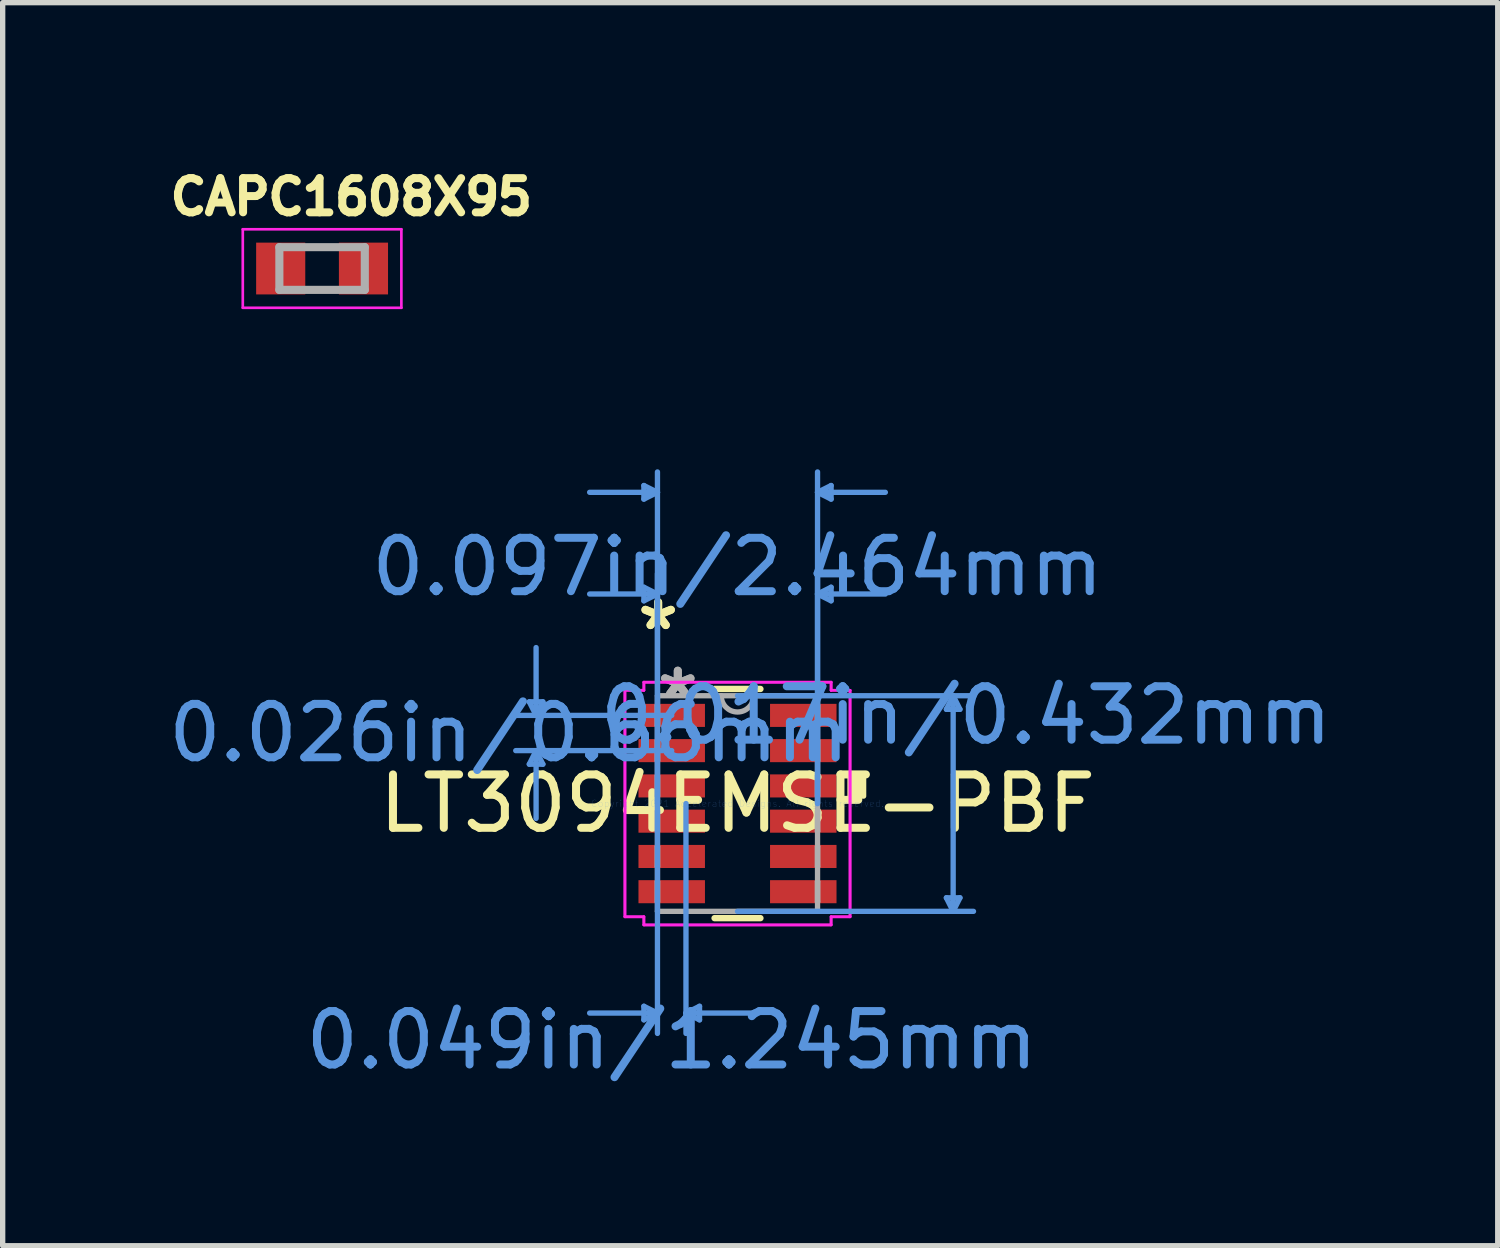
<source format=kicad_pcb>
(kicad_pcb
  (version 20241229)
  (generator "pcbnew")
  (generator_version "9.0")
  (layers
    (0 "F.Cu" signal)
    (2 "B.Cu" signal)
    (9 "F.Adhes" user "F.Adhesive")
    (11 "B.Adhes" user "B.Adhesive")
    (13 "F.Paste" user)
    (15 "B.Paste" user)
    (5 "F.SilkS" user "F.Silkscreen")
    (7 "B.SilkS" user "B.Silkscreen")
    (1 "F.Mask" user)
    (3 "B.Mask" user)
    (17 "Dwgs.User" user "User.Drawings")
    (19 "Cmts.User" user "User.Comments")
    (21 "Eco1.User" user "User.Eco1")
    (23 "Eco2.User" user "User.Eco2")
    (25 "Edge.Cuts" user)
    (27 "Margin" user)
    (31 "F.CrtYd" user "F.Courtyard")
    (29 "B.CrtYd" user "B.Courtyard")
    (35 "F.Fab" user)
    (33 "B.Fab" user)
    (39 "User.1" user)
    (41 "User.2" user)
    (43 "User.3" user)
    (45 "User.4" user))
  (footprint "CAPC1608X95"
    (layer "F.Cu")
    (at 2.982 1.979)
    (property "Reference" "CAPC1608X95" (at 0.547 -1.341 0) (layer "F.SilkS") (effects (font (size 0.64 0.64) (thickness 0.15))))
    (attr smd)
    (fp_line (start -1.485 -0.735) (end -1.485 0.735) (stroke (width 0.05) (type solid)) (layer "F.CrtYd"))
    (fp_line (start -1.485 0.735) (end 1.485 0.735) (stroke (width 0.05) (type solid)) (layer "F.CrtYd"))
    (fp_line (start 1.485 -0.735) (end -1.485 -0.735) (stroke (width 0.05) (type solid)) (layer "F.CrtYd"))
    (fp_line (start 1.485 0.735) (end 1.485 -0.735) (stroke (width 0.05) (type solid)) (layer "F.CrtYd"))
    (fp_line (start -0.8 -0.4) (end 0.8 -0.4) (stroke (width 0.152) (type solid)) (layer "F.Fab"))
    (fp_line (start -0.8 0.4) (end -0.8 -0.4) (stroke (width 0.152) (type solid)) (layer "F.Fab"))
    (fp_line (start 0.8 -0.4) (end 0.8 0.4) (stroke (width 0.152) (type solid)) (layer "F.Fab"))
    (fp_line (start 0.8 0.4) (end -0.8 0.4) (stroke (width 0.152) (type solid)) (layer "F.Fab"))
    (pad "1" smd rect (at -0.775 0) (size 0.92 0.97) (layers "F.Cu" "F.Mask" "F.Paste"))
    (pad "2" smd rect (at 0.775 0) (size 0.92 0.97) (layers "F.Cu" "F.Mask" "F.Paste")))
  (footprint "LT3094EMSE-PBF"
    (layer "F.Cu")
    (at 10.762 11.999)
    (property "Reference" "LT3094EMSE-PBF" (at 0 0 0) (layer "F.SilkS") (effects (font (size 1 1) (thickness 0.15))))
    (attr through_hole)
    (fp_line (start -0.429 2.146) (end 0.429 2.146) (stroke (width 0.12) (type solid)) (layer "F.SilkS"))
    (fp_line (start 0.429 -2.146) (end -0.429 -2.146) (stroke (width 0.12) (type solid)) (layer "F.SilkS"))
    (fp_poly (pts (xy 2.362 -0.521) (xy 2.362 -0.14) (xy 2.108 -0.14) (xy 2.108 -0.521)) (stroke (width 0.1) (type solid)) (fill yes) (layer "F.SilkS"))
    (fp_line (start -3.899 -1.905) (end -3.645 -1.905) (stroke (width 0.1) (type solid)) (layer "Cmts.User"))
    (fp_line (start -3.899 -0.737) (end -3.645 -0.737) (stroke (width 0.1) (type solid)) (layer "Cmts.User"))
    (fp_line (start -3.772 -1.651) (end -3.899 -1.905) (stroke (width 0.1) (type solid)) (layer "Cmts.User"))
    (fp_line (start -3.772 -1.651) (end -3.772 -2.921) (stroke (width 0.1) (type solid)) (layer "Cmts.User"))
    (fp_line (start -3.772 -1.651) (end -3.645 -1.905) (stroke (width 0.1) (type solid)) (layer "Cmts.User"))
    (fp_line (start -3.772 -0.991) (end -3.899 -0.737) (stroke (width 0.1) (type solid)) (layer "Cmts.User"))
    (fp_line (start -3.772 -0.991) (end -3.772 0.279) (stroke (width 0.1) (type solid)) (layer "Cmts.User"))
    (fp_line (start -3.772 -0.991) (end -3.645 -0.737) (stroke (width 0.1) (type solid)) (layer "Cmts.User"))
    (fp_line (start -1.753 -5.956) (end -1.753 -5.702) (stroke (width 0.1) (type solid)) (layer "Cmts.User"))
    (fp_line (start -1.753 -4.051) (end -1.753 -3.797) (stroke (width 0.1) (type solid)) (layer "Cmts.User"))
    (fp_line (start -1.753 3.797) (end -1.753 4.051) (stroke (width 0.1) (type solid)) (layer "Cmts.User"))
    (fp_line (start -1.499 -5.829) (end -2.769 -5.829) (stroke (width 0.1) (type solid)) (layer "Cmts.User"))
    (fp_line (start -1.499 -5.829) (end -1.753 -5.956) (stroke (width 0.1) (type solid)) (layer "Cmts.User"))
    (fp_line (start -1.499 -5.829) (end -1.753 -5.702) (stroke (width 0.1) (type solid)) (layer "Cmts.User"))
    (fp_line (start -1.499 -3.924) (end -2.769 -3.924) (stroke (width 0.1) (type solid)) (layer "Cmts.User"))
    (fp_line (start -1.499 -3.924) (end -1.753 -4.051) (stroke (width 0.1) (type solid)) (layer "Cmts.User"))
    (fp_line (start -1.499 -3.924) (end -1.753 -3.797) (stroke (width 0.1) (type solid)) (layer "Cmts.User"))
    (fp_line (start -1.499 0) (end -1.499 -6.21) (stroke (width 0.1) (type solid)) (layer "Cmts.User"))
    (fp_line (start -1.499 0) (end -1.499 -4.305) (stroke (width 0.1) (type solid)) (layer "Cmts.User"))
    (fp_line (start -1.499 0) (end -1.499 4.305) (stroke (width 0.1) (type solid)) (layer "Cmts.User"))
    (fp_line (start -1.499 3.924) (end -2.769 3.924) (stroke (width 0.1) (type solid)) (layer "Cmts.User"))
    (fp_line (start -1.499 3.924) (end -1.753 3.797) (stroke (width 0.1) (type solid)) (layer "Cmts.User"))
    (fp_line (start -1.499 3.924) (end -1.753 4.051) (stroke (width 0.1) (type solid)) (layer "Cmts.User"))
    (fp_line (start -1.232 -1.651) (end -4.153 -1.651) (stroke (width 0.1) (type solid)) (layer "Cmts.User"))
    (fp_line (start -1.232 -0.991) (end -4.153 -0.991) (stroke (width 0.1) (type solid)) (layer "Cmts.User"))
    (fp_line (start -0.965 0) (end -0.965 4.305) (stroke (width 0.1) (type solid)) (layer "Cmts.User"))
    (fp_line (start -0.965 3.924) (end -0.711 3.797) (stroke (width 0.1) (type solid)) (layer "Cmts.User"))
    (fp_line (start -0.965 3.924) (end -0.711 4.051) (stroke (width 0.1) (type solid)) (layer "Cmts.User"))
    (fp_line (start -0.965 3.924) (end 0.305 3.924) (stroke (width 0.1) (type solid)) (layer "Cmts.User"))
    (fp_line (start -0.711 3.797) (end -0.711 4.051) (stroke (width 0.1) (type solid)) (layer "Cmts.User"))
    (fp_line (start 0 -2.019) (end 4.42 -2.019) (stroke (width 0.1) (type solid)) (layer "Cmts.User"))
    (fp_line (start 0 2.019) (end 4.42 2.019) (stroke (width 0.1) (type solid)) (layer "Cmts.User"))
    (fp_line (start 1.499 -5.829) (end 1.753 -5.956) (stroke (width 0.1) (type solid)) (layer "Cmts.User"))
    (fp_line (start 1.499 -5.829) (end 1.753 -5.702) (stroke (width 0.1) (type solid)) (layer "Cmts.User"))
    (fp_line (start 1.499 -5.829) (end 2.769 -5.829) (stroke (width 0.1) (type solid)) (layer "Cmts.User"))
    (fp_line (start 1.499 -3.924) (end 1.753 -4.051) (stroke (width 0.1) (type solid)) (layer "Cmts.User"))
    (fp_line (start 1.499 -3.924) (end 1.753 -3.797) (stroke (width 0.1) (type solid)) (layer "Cmts.User"))
    (fp_line (start 1.499 -3.924) (end 2.769 -3.924) (stroke (width 0.1) (type solid)) (layer "Cmts.User"))
    (fp_line (start 1.499 0) (end 1.499 -6.21) (stroke (width 0.1) (type solid)) (layer "Cmts.User"))
    (fp_line (start 1.499 0) (end 1.499 -4.305) (stroke (width 0.1) (type solid)) (layer "Cmts.User"))
    (fp_line (start 1.753 -5.956) (end 1.753 -5.702) (stroke (width 0.1) (type solid)) (layer "Cmts.User"))
    (fp_line (start 1.753 -4.051) (end 1.753 -3.797) (stroke (width 0.1) (type solid)) (layer "Cmts.User"))
    (fp_line (start 3.912 -1.765) (end 4.166 -1.765) (stroke (width 0.1) (type solid)) (layer "Cmts.User"))
    (fp_line (start 3.912 1.765) (end 4.166 1.765) (stroke (width 0.1) (type solid)) (layer "Cmts.User"))
    (fp_line (start 4.039 -2.019) (end 3.912 -1.765) (stroke (width 0.1) (type solid)) (layer "Cmts.User"))
    (fp_line (start 4.039 -2.019) (end 4.039 2.019) (stroke (width 0.1) (type solid)) (layer "Cmts.User"))
    (fp_line (start 4.039 -2.019) (end 4.166 -1.765) (stroke (width 0.1) (type solid)) (layer "Cmts.User"))
    (fp_line (start 4.039 2.019) (end 3.912 1.765) (stroke (width 0.1) (type solid)) (layer "Cmts.User"))
    (fp_line (start 4.039 2.019) (end 4.166 1.765) (stroke (width 0.1) (type solid)) (layer "Cmts.User"))
    (fp_line (start -2.108 -2.121) (end -1.753 -2.121) (stroke (width 0.05) (type solid)) (layer "F.CrtYd"))
    (fp_line (start -2.108 -2.121) (end -1.753 -2.121) (stroke (width 0.05) (type solid)) (layer "F.CrtYd"))
    (fp_line (start -2.108 2.121) (end -2.108 -2.121) (stroke (width 0.05) (type solid)) (layer "F.CrtYd"))
    (fp_line (start -2.108 2.121) (end -2.108 -2.121) (stroke (width 0.05) (type solid)) (layer "F.CrtYd"))
    (fp_line (start -2.108 2.121) (end -1.753 2.121) (stroke (width 0.05) (type solid)) (layer "F.CrtYd"))
    (fp_line (start -1.753 -2.273) (end 1.753 -2.273) (stroke (width 0.05) (type solid)) (layer "F.CrtYd"))
    (fp_line (start -1.753 -2.273) (end 1.753 -2.273) (stroke (width 0.05) (type solid)) (layer "F.CrtYd"))
    (fp_line (start -1.753 -2.121) (end -1.753 -2.273) (stroke (width 0.05) (type solid)) (layer "F.CrtYd"))
    (fp_line (start -1.753 -2.121) (end -1.753 -2.273) (stroke (width 0.05) (type solid)) (layer "F.CrtYd"))
    (fp_line (start -1.753 2.121) (end -2.108 2.121) (stroke (width 0.05) (type solid)) (layer "F.CrtYd"))
    (fp_line (start -1.753 2.273) (end -1.753 2.121) (stroke (width 0.05) (type solid)) (layer "F.CrtYd"))
    (fp_line (start -1.753 2.273) (end -1.753 2.121) (stroke (width 0.05) (type solid)) (layer "F.CrtYd"))
    (fp_line (start 1.753 -2.273) (end 1.753 -2.121) (stroke (width 0.05) (type solid)) (layer "F.CrtYd"))
    (fp_line (start 1.753 -2.273) (end 1.753 -2.121) (stroke (width 0.05) (type solid)) (layer "F.CrtYd"))
    (fp_line (start 1.753 -2.121) (end 2.108 -2.121) (stroke (width 0.05) (type solid)) (layer "F.CrtYd"))
    (fp_line (start 1.753 2.121) (end 1.753 2.273) (stroke (width 0.05) (type solid)) (layer "F.CrtYd"))
    (fp_line (start 1.753 2.121) (end 1.753 2.273) (stroke (width 0.05) (type solid)) (layer "F.CrtYd"))
    (fp_line (start 1.753 2.273) (end -1.753 2.273) (stroke (width 0.05) (type solid)) (layer "F.CrtYd"))
    (fp_line (start 1.753 2.273) (end -1.753 2.273) (stroke (width 0.05) (type solid)) (layer "F.CrtYd"))
    (fp_line (start 2.108 -2.121) (end 1.753 -2.121) (stroke (width 0.05) (type solid)) (layer "F.CrtYd"))
    (fp_line (start 2.108 -2.121) (end 2.108 2.121) (stroke (width 0.05) (type solid)) (layer "F.CrtYd"))
    (fp_line (start 2.108 -2.121) (end 2.108 2.121) (stroke (width 0.05) (type solid)) (layer "F.CrtYd"))
    (fp_line (start 2.108 2.121) (end 1.753 2.121) (stroke (width 0.05) (type solid)) (layer "F.CrtYd"))
    (fp_line (start 2.108 2.121) (end 1.753 2.121) (stroke (width 0.05) (type solid)) (layer "F.CrtYd"))
    (fp_line (start -1.499 -2.019) (end -1.499 2.019) (stroke (width 0.1) (type solid)) (layer "F.Fab"))
    (fp_line (start -1.499 -1.841) (end -1.499 -1.841) (stroke (width 0.1) (type solid)) (layer "F.Fab"))
    (fp_line (start -1.499 -1.841) (end -1.499 -1.46) (stroke (width 0.1) (type solid)) (layer "F.Fab"))
    (fp_line (start -1.499 -1.46) (end -1.499 -1.841) (stroke (width 0.1) (type solid)) (layer "F.Fab"))
    (fp_line (start -1.499 -1.46) (end -1.499 -1.46) (stroke (width 0.1) (type solid)) (layer "F.Fab"))
    (fp_line (start -1.499 -1.181) (end -1.499 -1.181) (stroke (width 0.1) (type solid)) (layer "F.Fab"))
    (fp_line (start -1.499 -1.181) (end -1.499 -0.8) (stroke (width 0.1) (type solid)) (layer "F.Fab"))
    (fp_line (start -1.499 -0.8) (end -1.499 -1.181) (stroke (width 0.1) (type solid)) (layer "F.Fab"))
    (fp_line (start -1.499 -0.8) (end -1.499 -0.8) (stroke (width 0.1) (type solid)) (layer "F.Fab"))
    (fp_line (start -1.499 -0.521) (end -1.499 -0.521) (stroke (width 0.1) (type solid)) (layer "F.Fab"))
    (fp_line (start -1.499 -0.521) (end -1.499 -0.14) (stroke (width 0.1) (type solid)) (layer "F.Fab"))
    (fp_line (start -1.499 -0.14) (end -1.499 -0.521) (stroke (width 0.1) (type solid)) (layer "F.Fab"))
    (fp_line (start -1.499 -0.14) (end -1.499 -0.14) (stroke (width 0.1) (type solid)) (layer "F.Fab"))
    (fp_line (start -1.499 0.14) (end -1.499 0.14) (stroke (width 0.1) (type solid)) (layer "F.Fab"))
    (fp_line (start -1.499 0.14) (end -1.499 0.521) (stroke (width 0.1) (type solid)) (layer "F.Fab"))
    (fp_line (start -1.499 0.521) (end -1.499 0.14) (stroke (width 0.1) (type solid)) (layer "F.Fab"))
    (fp_line (start -1.499 0.521) (end -1.499 0.521) (stroke (width 0.1) (type solid)) (layer "F.Fab"))
    (fp_line (start -1.499 0.8) (end -1.499 0.8) (stroke (width 0.1) (type solid)) (layer "F.Fab"))
    (fp_line (start -1.499 0.8) (end -1.499 1.181) (stroke (width 0.1) (type solid)) (layer "F.Fab"))
    (fp_line (start -1.499 1.181) (end -1.499 0.8) (stroke (width 0.1) (type solid)) (layer "F.Fab"))
    (fp_line (start -1.499 1.181) (end -1.499 1.181) (stroke (width 0.1) (type solid)) (layer "F.Fab"))
    (fp_line (start -1.499 1.46) (end -1.499 1.46) (stroke (width 0.1) (type solid)) (layer "F.Fab"))
    (fp_line (start -1.499 1.46) (end -1.499 1.841) (stroke (width 0.1) (type solid)) (layer "F.Fab"))
    (fp_line (start -1.499 1.841) (end -1.499 1.46) (stroke (width 0.1) (type solid)) (layer "F.Fab"))
    (fp_line (start -1.499 1.841) (end -1.499 1.841) (stroke (width 0.1) (type solid)) (layer "F.Fab"))
    (fp_line (start -1.499 2.019) (end 1.499 2.019) (stroke (width 0.1) (type solid)) (layer "F.Fab"))
    (fp_line (start 1.499 -2.019) (end -1.499 -2.019) (stroke (width 0.1) (type solid)) (layer "F.Fab"))
    (fp_line (start 1.499 -1.841) (end 1.499 -1.841) (stroke (width 0.1) (type solid)) (layer "F.Fab"))
    (fp_line (start 1.499 -1.841) (end 1.499 -1.46) (stroke (width 0.1) (type solid)) (layer "F.Fab"))
    (fp_line (start 1.499 -1.46) (end 1.499 -1.841) (stroke (width 0.1) (type solid)) (layer "F.Fab"))
    (fp_line (start 1.499 -1.46) (end 1.499 -1.46) (stroke (width 0.1) (type solid)) (layer "F.Fab"))
    (fp_line (start 1.499 -1.181) (end 1.499 -1.181) (stroke (width 0.1) (type solid)) (layer "F.Fab"))
    (fp_line (start 1.499 -1.181) (end 1.499 -0.8) (stroke (width 0.1) (type solid)) (layer "F.Fab"))
    (fp_line (start 1.499 -0.8) (end 1.499 -1.181) (stroke (width 0.1) (type solid)) (layer "F.Fab"))
    (fp_line (start 1.499 -0.8) (end 1.499 -0.8) (stroke (width 0.1) (type solid)) (layer "F.Fab"))
    (fp_line (start 1.499 -0.521) (end 1.499 -0.521) (stroke (width 0.1) (type solid)) (layer "F.Fab"))
    (fp_line (start 1.499 -0.521) (end 1.499 -0.14) (stroke (width 0.1) (type solid)) (layer "F.Fab"))
    (fp_line (start 1.499 -0.14) (end 1.499 -0.521) (stroke (width 0.1) (type solid)) (layer "F.Fab"))
    (fp_line (start 1.499 -0.14) (end 1.499 -0.14) (stroke (width 0.1) (type solid)) (layer "F.Fab"))
    (fp_line (start 1.499 0.14) (end 1.499 0.14) (stroke (width 0.1) (type solid)) (layer "F.Fab"))
    (fp_line (start 1.499 0.14) (end 1.499 0.521) (stroke (width 0.1) (type solid)) (layer "F.Fab"))
    (fp_line (start 1.499 0.521) (end 1.499 0.14) (stroke (width 0.1) (type solid)) (layer "F.Fab"))
    (fp_line (start 1.499 0.521) (end 1.499 0.521) (stroke (width 0.1) (type solid)) (layer "F.Fab"))
    (fp_line (start 1.499 0.8) (end 1.499 0.8) (stroke (width 0.1) (type solid)) (layer "F.Fab"))
    (fp_line (start 1.499 0.8) (end 1.499 1.181) (stroke (width 0.1) (type solid)) (layer "F.Fab"))
    (fp_line (start 1.499 1.181) (end 1.499 0.8) (stroke (width 0.1) (type solid)) (layer "F.Fab"))
    (fp_line (start 1.499 1.181) (end 1.499 1.181) (stroke (width 0.1) (type solid)) (layer "F.Fab"))
    (fp_line (start 1.499 1.46) (end 1.499 1.46) (stroke (width 0.1) (type solid)) (layer "F.Fab"))
    (fp_line (start 1.499 1.46) (end 1.499 1.841) (stroke (width 0.1) (type solid)) (layer "F.Fab"))
    (fp_line (start 1.499 1.841) (end 1.499 1.46) (stroke (width 0.1) (type solid)) (layer "F.Fab"))
    (fp_line (start 1.499 1.841) (end 1.499 1.841) (stroke (width 0.1) (type solid)) (layer "F.Fab"))
    (fp_line (start 1.499 2.019) (end 1.499 -2.019) (stroke (width 0.1) (type solid)) (layer "F.Fab"))
    (fp_arc (start 0.3048 -2.0193) (mid 0 -1.7145) (end -0.3048 -2.0193) (stroke (width 0.1) (type solid)) (layer "F.Fab"))
    (fp_text user "*" (at -1.486 -3.226 0) (layer "F.SilkS") (effects (font (size 1 1) (thickness 0.15))))
    (fp_text user "*" (at -1.486 -3.226 0) (layer "F.SilkS") (effects (font (size 1 1) (thickness 0.15))))
    (fp_text user "Copyright 2021 Accelerated Designs. All rights reserved." (at 0 0 0) (layer "Cmts.User") (effects (font (size 0.127 0.127) (thickness 0.002))))
    (fp_text user "0.097in/2.464mm" (at 0 -4.432 0) (layer "Cmts.User") (effects (font (size 1 1) (thickness 0.15))))
    (fp_text user "0.026in/0.66mm" (at -4.28 -1.321 0) (layer "Cmts.User") (effects (font (size 1 1) (thickness 0.15))))
    (fp_text user "0.017in/0.432mm" (at 4.28 -1.651 0) (layer "Cmts.User") (effects (font (size 1 1) (thickness 0.15))))
    (fp_text user "0.049in/1.245mm" (at -1.232 4.432 0) (layer "Cmts.User") (effects (font (size 1 1) (thickness 0.15))))
    (fp_text user "*" (at -1.118 -1.943 0) (layer "F.Fab") (effects (font (size 1 1) (thickness 0.15))))
    (fp_text user "*" (at -1.118 -1.943 0) (layer "F.Fab") (effects (font (size 1 1) (thickness 0.15))))
    (pad "1" smd rect (at -1.232 -1.651) (size 1.245 0.432) (layers "F.Cu" "F.Mask" "F.Paste"))
    (pad "2" smd rect (at -1.232 -0.991) (size 1.245 0.432) (layers "F.Cu" "F.Mask" "F.Paste"))
    (pad "3" smd rect (at -1.232 -0.33) (size 1.245 0.432) (layers "F.Cu" "F.Mask" "F.Paste"))
    (pad "4" smd rect (at -1.232 0.33) (size 1.245 0.432) (layers "F.Cu" "F.Mask" "F.Paste"))
    (pad "5" smd rect (at -1.232 0.991) (size 1.245 0.432) (layers "F.Cu" "F.Mask" "F.Paste"))
    (pad "6" smd rect (at -1.232 1.651) (size 1.245 0.432) (layers "F.Cu" "F.Mask" "F.Paste"))
    (pad "7" smd rect (at 1.232 1.651) (size 1.245 0.432) (layers "F.Cu" "F.Mask" "F.Paste"))
    (pad "8" smd rect (at 1.232 0.991) (size 1.245 0.432) (layers "F.Cu" "F.Mask" "F.Paste"))
    (pad "9" smd rect (at 1.232 0.33) (size 1.245 0.432) (layers "F.Cu" "F.Mask" "F.Paste"))
    (pad "10" smd rect (at 1.232 -0.33) (size 1.245 0.432) (layers "F.Cu" "F.Mask" "F.Paste"))
    (pad "11" smd rect (at 1.232 -0.991) (size 1.245 0.432) (layers "F.Cu" "F.Mask" "F.Paste"))
    (pad "12" smd rect (at 1.232 -1.651) (size 1.245 0.432) (layers "F.Cu" "F.Mask" "F.Paste")))
  (gr_rect
    (start -3 -3)
    (end 25 20.28)
    (stroke (width 0.1) (type default))
    (fill no)
    (layer "Edge.Cuts")))
</source>
